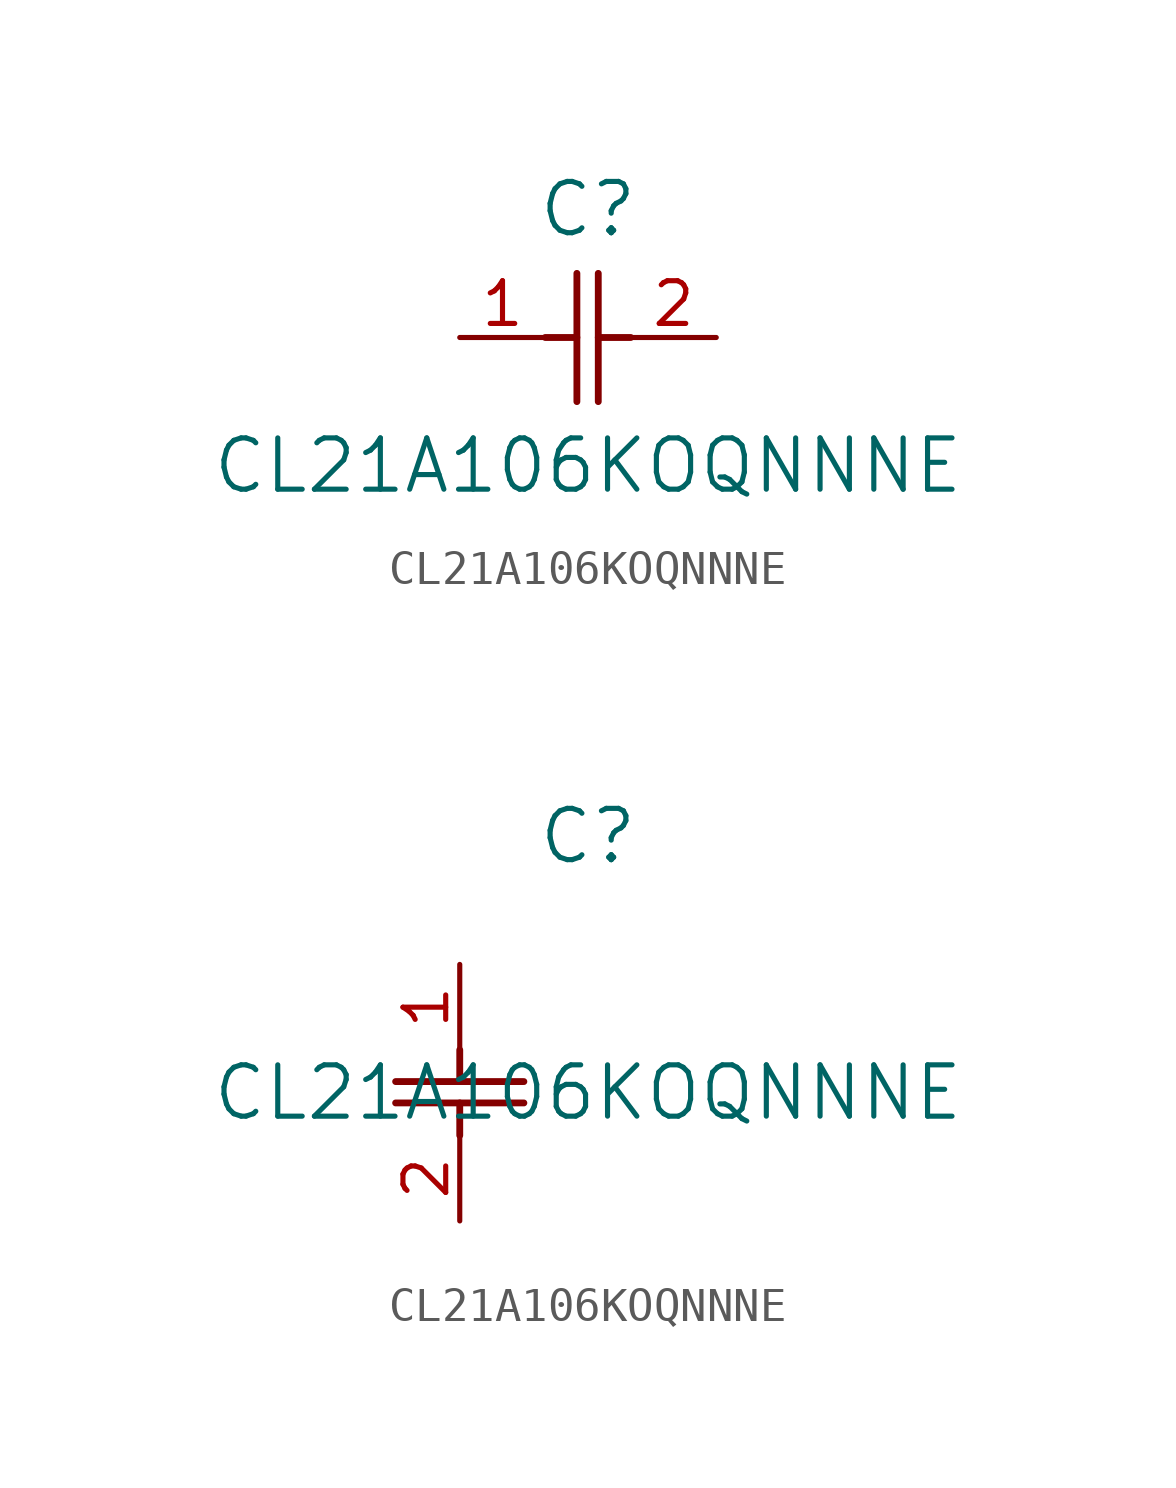
<source format=kicad_sym>
(kicad_symbol_lib
  (version 20231120)
  (generator "kicad_symbol_editor")
  (generator_version "8.0")
  (symbol "CL21A106KOQNNNE"
    (pin_names
      (offset 0.254))
    (property "Reference" "C"
      (at 3.81 3.81 0)
      (effects (font (size 1.524 1.524))))
    (property "Value" "CL21A106KOQNNNE"
      (at 3.81 -3.81 0)
      (effects (font (size 1.524 1.524))))
    (property "ki_locked" ""
      (at 0 0 0)
      (effects (font (size 1.27 1.27))))
    (symbol "CL21A106KOQNNNE_1_1"
      (polyline (pts (xy 2.54 0) (xy 3.48 0)) (stroke (width 0.203) (type default)) (fill (type none)))
      (polyline (pts (xy 3.48 -1.905) (xy 3.48 1.905)) (stroke (width 0.203) (type default)) (fill (type none)))
      (polyline (pts (xy 4.115 -1.905) (xy 4.115 1.905)) (stroke (width 0.203) (type default)) (fill (type none)))
      (polyline (pts (xy 4.115 0) (xy 5.08 0)) (stroke (width 0.203) (type default)) (fill (type none)))
      (pin unspecified line (at 0 0 0) (length 2.54) (name "" (effects (font (size 1.27 1.27)))) (number "1" (effects (font (size 1.27 1.27)))))
      (pin unspecified line (at 7.62 0 180) (length 2.54) (name "" (effects (font (size 1.27 1.27)))) (number "2" (effects (font (size 1.27 1.27))))))
    (symbol "CL21A106KOQNNNE_1_2"
      (polyline (pts (xy -1.905 -4.115) (xy 1.905 -4.115)) (stroke (width 0.203) (type default)) (fill (type none)))
      (polyline (pts (xy -1.905 -3.48) (xy 1.905 -3.48)) (stroke (width 0.203) (type default)) (fill (type none)))
      (polyline (pts (xy 0 -4.115) (xy 0 -5.08)) (stroke (width 0.203) (type default)) (fill (type none)))
      (polyline (pts (xy 0 -2.54) (xy 0 -3.48)) (stroke (width 0.203) (type default)) (fill (type none)))
      (pin unspecified line (at 0 0 270) (length 2.54) (name "" (effects (font (size 1.27 1.27)))) (number "1" (effects (font (size 1.27 1.27)))))
      (pin unspecified line (at 0 -7.62 90) (length 2.54) (name "" (effects (font (size 1.27 1.27)))) (number "2" (effects (font (size 1.27 1.27))))))))
</source>
